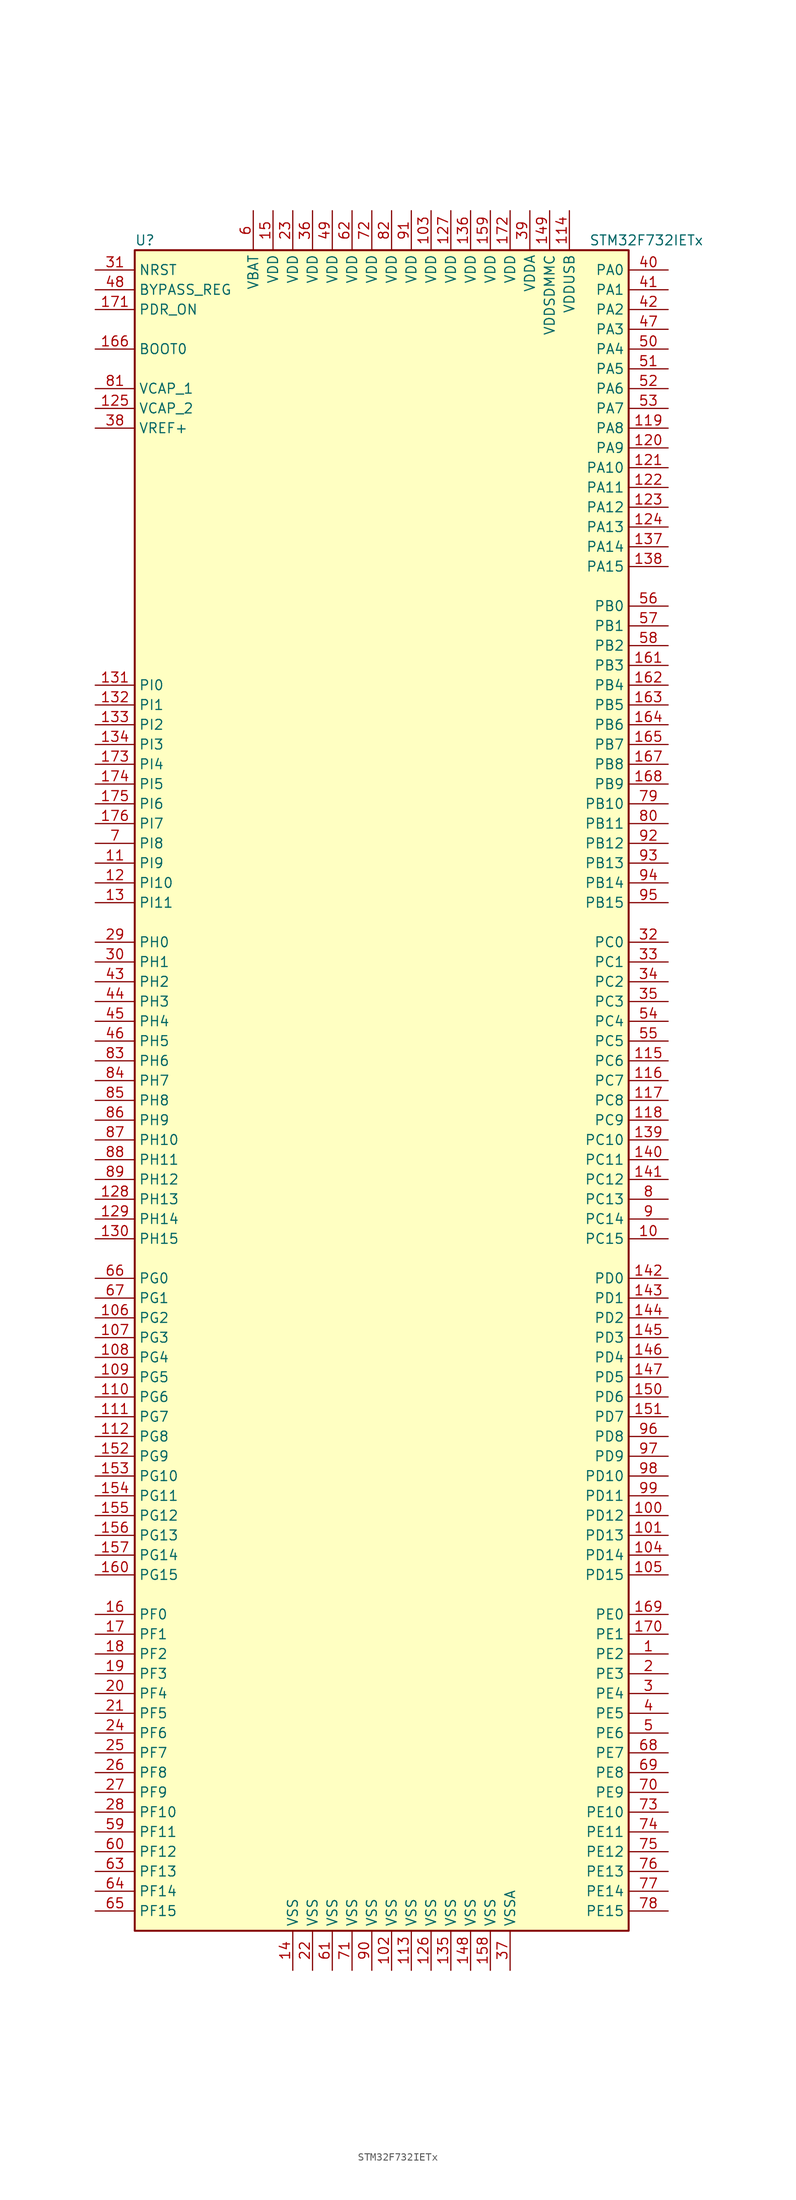
<source format=kicad_sym>
(kicad_symbol_lib
  (version 20211014)
  (generator kicad_symbol_editor)
  (symbol "STM32F732IETx"
    (property "Reference" "U"
      (at -33.02 107.95 0)
      (effects (font (size 1.27 1.27)) (justify left)))
    (property "Value" "STM32F732IETx"
      (at 25.4 107.95 0)
      (effects (font (size 1.27 1.27)) (justify left)))
    (symbol "STM32F732IETx_0_1"
      (rectangle (start -33.02 -109.22) (end 30.48 106.68) (stroke (width 0.254) (type default) (color 0 0 0 0)) (fill (type background))))
    (symbol "STM32F732IETx_1_1"
      (pin bidirectional line (at 35.56 -73.66 180) (length 5.08) (name "PE2" (effects (font (size 1.27 1.27)))) (number "1" (effects (font (size 1.27 1.27)))))
      (pin bidirectional line (at 35.56 -20.32 180) (length 5.08) (name "PC15" (effects (font (size 1.27 1.27)))) (number "10" (effects (font (size 1.27 1.27)))))
      (pin bidirectional line (at 35.56 -55.88 180) (length 5.08) (name "PD12" (effects (font (size 1.27 1.27)))) (number "100" (effects (font (size 1.27 1.27)))))
      (pin bidirectional line (at 35.56 -58.42 180) (length 5.08) (name "PD13" (effects (font (size 1.27 1.27)))) (number "101" (effects (font (size 1.27 1.27)))))
      (pin power_in line (at 0 -114.3 90) (length 5.08) (name "VSS" (effects (font (size 1.27 1.27)))) (number "102" (effects (font (size 1.27 1.27)))))
      (pin power_in line (at 5.08 111.76 270) (length 5.08) (name "VDD" (effects (font (size 1.27 1.27)))) (number "103" (effects (font (size 1.27 1.27)))))
      (pin bidirectional line (at 35.56 -60.96 180) (length 5.08) (name "PD14" (effects (font (size 1.27 1.27)))) (number "104" (effects (font (size 1.27 1.27)))))
      (pin bidirectional line (at 35.56 -63.5 180) (length 5.08) (name "PD15" (effects (font (size 1.27 1.27)))) (number "105" (effects (font (size 1.27 1.27)))))
      (pin bidirectional line (at -38.1 -30.48 0) (length 5.08) (name "PG2" (effects (font (size 1.27 1.27)))) (number "106" (effects (font (size 1.27 1.27)))))
      (pin bidirectional line (at -38.1 -33.02 0) (length 5.08) (name "PG3" (effects (font (size 1.27 1.27)))) (number "107" (effects (font (size 1.27 1.27)))))
      (pin bidirectional line (at -38.1 -35.56 0) (length 5.08) (name "PG4" (effects (font (size 1.27 1.27)))) (number "108" (effects (font (size 1.27 1.27)))))
      (pin bidirectional line (at -38.1 -38.1 0) (length 5.08) (name "PG5" (effects (font (size 1.27 1.27)))) (number "109" (effects (font (size 1.27 1.27)))))
      (pin bidirectional line (at -38.1 27.94 0) (length 5.08) (name "PI9" (effects (font (size 1.27 1.27)))) (number "11" (effects (font (size 1.27 1.27)))))
      (pin bidirectional line (at -38.1 -40.64 0) (length 5.08) (name "PG6" (effects (font (size 1.27 1.27)))) (number "110" (effects (font (size 1.27 1.27)))))
      (pin bidirectional line (at -38.1 -43.18 0) (length 5.08) (name "PG7" (effects (font (size 1.27 1.27)))) (number "111" (effects (font (size 1.27 1.27)))))
      (pin bidirectional line (at -38.1 -45.72 0) (length 5.08) (name "PG8" (effects (font (size 1.27 1.27)))) (number "112" (effects (font (size 1.27 1.27)))))
      (pin power_in line (at 2.54 -114.3 90) (length 5.08) (name "VSS" (effects (font (size 1.27 1.27)))) (number "113" (effects (font (size 1.27 1.27)))))
      (pin power_in line (at 22.86 111.76 270) (length 5.08) (name "VDDUSB" (effects (font (size 1.27 1.27)))) (number "114" (effects (font (size 1.27 1.27)))))
      (pin bidirectional line (at 35.56 2.54 180) (length 5.08) (name "PC6" (effects (font (size 1.27 1.27)))) (number "115" (effects (font (size 1.27 1.27)))))
      (pin bidirectional line (at 35.56 0 180) (length 5.08) (name "PC7" (effects (font (size 1.27 1.27)))) (number "116" (effects (font (size 1.27 1.27)))))
      (pin bidirectional line (at 35.56 -2.54 180) (length 5.08) (name "PC8" (effects (font (size 1.27 1.27)))) (number "117" (effects (font (size 1.27 1.27)))))
      (pin bidirectional line (at 35.56 -5.08 180) (length 5.08) (name "PC9" (effects (font (size 1.27 1.27)))) (number "118" (effects (font (size 1.27 1.27)))))
      (pin bidirectional line (at 35.56 83.82 180) (length 5.08) (name "PA8" (effects (font (size 1.27 1.27)))) (number "119" (effects (font (size 1.27 1.27)))))
      (pin bidirectional line (at -38.1 25.4 0) (length 5.08) (name "PI10" (effects (font (size 1.27 1.27)))) (number "12" (effects (font (size 1.27 1.27)))))
      (pin bidirectional line (at 35.56 81.28 180) (length 5.08) (name "PA9" (effects (font (size 1.27 1.27)))) (number "120" (effects (font (size 1.27 1.27)))))
      (pin bidirectional line (at 35.56 78.74 180) (length 5.08) (name "PA10" (effects (font (size 1.27 1.27)))) (number "121" (effects (font (size 1.27 1.27)))))
      (pin bidirectional line (at 35.56 76.2 180) (length 5.08) (name "PA11" (effects (font (size 1.27 1.27)))) (number "122" (effects (font (size 1.27 1.27)))))
      (pin bidirectional line (at 35.56 73.66 180) (length 5.08) (name "PA12" (effects (font (size 1.27 1.27)))) (number "123" (effects (font (size 1.27 1.27)))))
      (pin bidirectional line (at 35.56 71.12 180) (length 5.08) (name "PA13" (effects (font (size 1.27 1.27)))) (number "124" (effects (font (size 1.27 1.27)))))
      (pin power_in line (at -38.1 86.36 0) (length 5.08) (name "VCAP_2" (effects (font (size 1.27 1.27)))) (number "125" (effects (font (size 1.27 1.27)))))
      (pin power_in line (at 5.08 -114.3 90) (length 5.08) (name "VSS" (effects (font (size 1.27 1.27)))) (number "126" (effects (font (size 1.27 1.27)))))
      (pin power_in line (at 7.62 111.76 270) (length 5.08) (name "VDD" (effects (font (size 1.27 1.27)))) (number "127" (effects (font (size 1.27 1.27)))))
      (pin bidirectional line (at -38.1 -15.24 0) (length 5.08) (name "PH13" (effects (font (size 1.27 1.27)))) (number "128" (effects (font (size 1.27 1.27)))))
      (pin bidirectional line (at -38.1 -17.78 0) (length 5.08) (name "PH14" (effects (font (size 1.27 1.27)))) (number "129" (effects (font (size 1.27 1.27)))))
      (pin bidirectional line (at -38.1 22.86 0) (length 5.08) (name "PI11" (effects (font (size 1.27 1.27)))) (number "13" (effects (font (size 1.27 1.27)))))
      (pin bidirectional line (at -38.1 -20.32 0) (length 5.08) (name "PH15" (effects (font (size 1.27 1.27)))) (number "130" (effects (font (size 1.27 1.27)))))
      (pin bidirectional line (at -38.1 50.8 0) (length 5.08) (name "PI0" (effects (font (size 1.27 1.27)))) (number "131" (effects (font (size 1.27 1.27)))))
      (pin bidirectional line (at -38.1 48.26 0) (length 5.08) (name "PI1" (effects (font (size 1.27 1.27)))) (number "132" (effects (font (size 1.27 1.27)))))
      (pin bidirectional line (at -38.1 45.72 0) (length 5.08) (name "PI2" (effects (font (size 1.27 1.27)))) (number "133" (effects (font (size 1.27 1.27)))))
      (pin bidirectional line (at -38.1 43.18 0) (length 5.08) (name "PI3" (effects (font (size 1.27 1.27)))) (number "134" (effects (font (size 1.27 1.27)))))
      (pin power_in line (at 7.62 -114.3 90) (length 5.08) (name "VSS" (effects (font (size 1.27 1.27)))) (number "135" (effects (font (size 1.27 1.27)))))
      (pin power_in line (at 10.16 111.76 270) (length 5.08) (name "VDD" (effects (font (size 1.27 1.27)))) (number "136" (effects (font (size 1.27 1.27)))))
      (pin bidirectional line (at 35.56 68.58 180) (length 5.08) (name "PA14" (effects (font (size 1.27 1.27)))) (number "137" (effects (font (size 1.27 1.27)))))
      (pin bidirectional line (at 35.56 66.04 180) (length 5.08) (name "PA15" (effects (font (size 1.27 1.27)))) (number "138" (effects (font (size 1.27 1.27)))))
      (pin bidirectional line (at 35.56 -7.62 180) (length 5.08) (name "PC10" (effects (font (size 1.27 1.27)))) (number "139" (effects (font (size 1.27 1.27)))))
      (pin power_in line (at -12.7 -114.3 90) (length 5.08) (name "VSS" (effects (font (size 1.27 1.27)))) (number "14" (effects (font (size 1.27 1.27)))))
      (pin bidirectional line (at 35.56 -10.16 180) (length 5.08) (name "PC11" (effects (font (size 1.27 1.27)))) (number "140" (effects (font (size 1.27 1.27)))))
      (pin bidirectional line (at 35.56 -12.7 180) (length 5.08) (name "PC12" (effects (font (size 1.27 1.27)))) (number "141" (effects (font (size 1.27 1.27)))))
      (pin bidirectional line (at 35.56 -25.4 180) (length 5.08) (name "PD0" (effects (font (size 1.27 1.27)))) (number "142" (effects (font (size 1.27 1.27)))))
      (pin bidirectional line (at 35.56 -27.94 180) (length 5.08) (name "PD1" (effects (font (size 1.27 1.27)))) (number "143" (effects (font (size 1.27 1.27)))))
      (pin bidirectional line (at 35.56 -30.48 180) (length 5.08) (name "PD2" (effects (font (size 1.27 1.27)))) (number "144" (effects (font (size 1.27 1.27)))))
      (pin bidirectional line (at 35.56 -33.02 180) (length 5.08) (name "PD3" (effects (font (size 1.27 1.27)))) (number "145" (effects (font (size 1.27 1.27)))))
      (pin bidirectional line (at 35.56 -35.56 180) (length 5.08) (name "PD4" (effects (font (size 1.27 1.27)))) (number "146" (effects (font (size 1.27 1.27)))))
      (pin bidirectional line (at 35.56 -38.1 180) (length 5.08) (name "PD5" (effects (font (size 1.27 1.27)))) (number "147" (effects (font (size 1.27 1.27)))))
      (pin power_in line (at 10.16 -114.3 90) (length 5.08) (name "VSS" (effects (font (size 1.27 1.27)))) (number "148" (effects (font (size 1.27 1.27)))))
      (pin power_in line (at 20.32 111.76 270) (length 5.08) (name "VDDSDMMC" (effects (font (size 1.27 1.27)))) (number "149" (effects (font (size 1.27 1.27)))))
      (pin power_in line (at -15.24 111.76 270) (length 5.08) (name "VDD" (effects (font (size 1.27 1.27)))) (number "15" (effects (font (size 1.27 1.27)))))
      (pin bidirectional line (at 35.56 -40.64 180) (length 5.08) (name "PD6" (effects (font (size 1.27 1.27)))) (number "150" (effects (font (size 1.27 1.27)))))
      (pin bidirectional line (at 35.56 -43.18 180) (length 5.08) (name "PD7" (effects (font (size 1.27 1.27)))) (number "151" (effects (font (size 1.27 1.27)))))
      (pin bidirectional line (at -38.1 -48.26 0) (length 5.08) (name "PG9" (effects (font (size 1.27 1.27)))) (number "152" (effects (font (size 1.27 1.27)))))
      (pin bidirectional line (at -38.1 -50.8 0) (length 5.08) (name "PG10" (effects (font (size 1.27 1.27)))) (number "153" (effects (font (size 1.27 1.27)))))
      (pin bidirectional line (at -38.1 -53.34 0) (length 5.08) (name "PG11" (effects (font (size 1.27 1.27)))) (number "154" (effects (font (size 1.27 1.27)))))
      (pin bidirectional line (at -38.1 -55.88 0) (length 5.08) (name "PG12" (effects (font (size 1.27 1.27)))) (number "155" (effects (font (size 1.27 1.27)))))
      (pin bidirectional line (at -38.1 -58.42 0) (length 5.08) (name "PG13" (effects (font (size 1.27 1.27)))) (number "156" (effects (font (size 1.27 1.27)))))
      (pin bidirectional line (at -38.1 -60.96 0) (length 5.08) (name "PG14" (effects (font (size 1.27 1.27)))) (number "157" (effects (font (size 1.27 1.27)))))
      (pin power_in line (at 12.7 -114.3 90) (length 5.08) (name "VSS" (effects (font (size 1.27 1.27)))) (number "158" (effects (font (size 1.27 1.27)))))
      (pin power_in line (at 12.7 111.76 270) (length 5.08) (name "VDD" (effects (font (size 1.27 1.27)))) (number "159" (effects (font (size 1.27 1.27)))))
      (pin bidirectional line (at -38.1 -68.58 0) (length 5.08) (name "PF0" (effects (font (size 1.27 1.27)))) (number "16" (effects (font (size 1.27 1.27)))))
      (pin bidirectional line (at -38.1 -63.5 0) (length 5.08) (name "PG15" (effects (font (size 1.27 1.27)))) (number "160" (effects (font (size 1.27 1.27)))))
      (pin bidirectional line (at 35.56 53.34 180) (length 5.08) (name "PB3" (effects (font (size 1.27 1.27)))) (number "161" (effects (font (size 1.27 1.27)))))
      (pin bidirectional line (at 35.56 50.8 180) (length 5.08) (name "PB4" (effects (font (size 1.27 1.27)))) (number "162" (effects (font (size 1.27 1.27)))))
      (pin bidirectional line (at 35.56 48.26 180) (length 5.08) (name "PB5" (effects (font (size 1.27 1.27)))) (number "163" (effects (font (size 1.27 1.27)))))
      (pin bidirectional line (at 35.56 45.72 180) (length 5.08) (name "PB6" (effects (font (size 1.27 1.27)))) (number "164" (effects (font (size 1.27 1.27)))))
      (pin bidirectional line (at 35.56 43.18 180) (length 5.08) (name "PB7" (effects (font (size 1.27 1.27)))) (number "165" (effects (font (size 1.27 1.27)))))
      (pin input line (at -38.1 93.98 0) (length 5.08) (name "BOOT0" (effects (font (size 1.27 1.27)))) (number "166" (effects (font (size 1.27 1.27)))))
      (pin bidirectional line (at 35.56 40.64 180) (length 5.08) (name "PB8" (effects (font (size 1.27 1.27)))) (number "167" (effects (font (size 1.27 1.27)))))
      (pin bidirectional line (at 35.56 38.1 180) (length 5.08) (name "PB9" (effects (font (size 1.27 1.27)))) (number "168" (effects (font (size 1.27 1.27)))))
      (pin bidirectional line (at 35.56 -68.58 180) (length 5.08) (name "PE0" (effects (font (size 1.27 1.27)))) (number "169" (effects (font (size 1.27 1.27)))))
      (pin bidirectional line (at -38.1 -71.12 0) (length 5.08) (name "PF1" (effects (font (size 1.27 1.27)))) (number "17" (effects (font (size 1.27 1.27)))))
      (pin bidirectional line (at 35.56 -71.12 180) (length 5.08) (name "PE1" (effects (font (size 1.27 1.27)))) (number "170" (effects (font (size 1.27 1.27)))))
      (pin input line (at -38.1 99.06 0) (length 5.08) (name "PDR_ON" (effects (font (size 1.27 1.27)))) (number "171" (effects (font (size 1.27 1.27)))))
      (pin power_in line (at 15.24 111.76 270) (length 5.08) (name "VDD" (effects (font (size 1.27 1.27)))) (number "172" (effects (font (size 1.27 1.27)))))
      (pin bidirectional line (at -38.1 40.64 0) (length 5.08) (name "PI4" (effects (font (size 1.27 1.27)))) (number "173" (effects (font (size 1.27 1.27)))))
      (pin bidirectional line (at -38.1 38.1 0) (length 5.08) (name "PI5" (effects (font (size 1.27 1.27)))) (number "174" (effects (font (size 1.27 1.27)))))
      (pin bidirectional line (at -38.1 35.56 0) (length 5.08) (name "PI6" (effects (font (size 1.27 1.27)))) (number "175" (effects (font (size 1.27 1.27)))))
      (pin bidirectional line (at -38.1 33.02 0) (length 5.08) (name "PI7" (effects (font (size 1.27 1.27)))) (number "176" (effects (font (size 1.27 1.27)))))
      (pin bidirectional line (at -38.1 -73.66 0) (length 5.08) (name "PF2" (effects (font (size 1.27 1.27)))) (number "18" (effects (font (size 1.27 1.27)))))
      (pin bidirectional line (at -38.1 -76.2 0) (length 5.08) (name "PF3" (effects (font (size 1.27 1.27)))) (number "19" (effects (font (size 1.27 1.27)))))
      (pin bidirectional line (at 35.56 -76.2 180) (length 5.08) (name "PE3" (effects (font (size 1.27 1.27)))) (number "2" (effects (font (size 1.27 1.27)))))
      (pin bidirectional line (at -38.1 -78.74 0) (length 5.08) (name "PF4" (effects (font (size 1.27 1.27)))) (number "20" (effects (font (size 1.27 1.27)))))
      (pin bidirectional line (at -38.1 -81.28 0) (length 5.08) (name "PF5" (effects (font (size 1.27 1.27)))) (number "21" (effects (font (size 1.27 1.27)))))
      (pin power_in line (at -10.16 -114.3 90) (length 5.08) (name "VSS" (effects (font (size 1.27 1.27)))) (number "22" (effects (font (size 1.27 1.27)))))
      (pin power_in line (at -12.7 111.76 270) (length 5.08) (name "VDD" (effects (font (size 1.27 1.27)))) (number "23" (effects (font (size 1.27 1.27)))))
      (pin bidirectional line (at -38.1 -83.82 0) (length 5.08) (name "PF6" (effects (font (size 1.27 1.27)))) (number "24" (effects (font (size 1.27 1.27)))))
      (pin bidirectional line (at -38.1 -86.36 0) (length 5.08) (name "PF7" (effects (font (size 1.27 1.27)))) (number "25" (effects (font (size 1.27 1.27)))))
      (pin bidirectional line (at -38.1 -88.9 0) (length 5.08) (name "PF8" (effects (font (size 1.27 1.27)))) (number "26" (effects (font (size 1.27 1.27)))))
      (pin bidirectional line (at -38.1 -91.44 0) (length 5.08) (name "PF9" (effects (font (size 1.27 1.27)))) (number "27" (effects (font (size 1.27 1.27)))))
      (pin bidirectional line (at -38.1 -93.98 0) (length 5.08) (name "PF10" (effects (font (size 1.27 1.27)))) (number "28" (effects (font (size 1.27 1.27)))))
      (pin input line (at -38.1 17.78 0) (length 5.08) (name "PH0" (effects (font (size 1.27 1.27)))) (number "29" (effects (font (size 1.27 1.27)))))
      (pin bidirectional line (at 35.56 -78.74 180) (length 5.08) (name "PE4" (effects (font (size 1.27 1.27)))) (number "3" (effects (font (size 1.27 1.27)))))
      (pin input line (at -38.1 15.24 0) (length 5.08) (name "PH1" (effects (font (size 1.27 1.27)))) (number "30" (effects (font (size 1.27 1.27)))))
      (pin input line (at -38.1 104.14 0) (length 5.08) (name "NRST" (effects (font (size 1.27 1.27)))) (number "31" (effects (font (size 1.27 1.27)))))
      (pin bidirectional line (at 35.56 17.78 180) (length 5.08) (name "PC0" (effects (font (size 1.27 1.27)))) (number "32" (effects (font (size 1.27 1.27)))))
      (pin bidirectional line (at 35.56 15.24 180) (length 5.08) (name "PC1" (effects (font (size 1.27 1.27)))) (number "33" (effects (font (size 1.27 1.27)))))
      (pin bidirectional line (at 35.56 12.7 180) (length 5.08) (name "PC2" (effects (font (size 1.27 1.27)))) (number "34" (effects (font (size 1.27 1.27)))))
      (pin bidirectional line (at 35.56 10.16 180) (length 5.08) (name "PC3" (effects (font (size 1.27 1.27)))) (number "35" (effects (font (size 1.27 1.27)))))
      (pin power_in line (at -10.16 111.76 270) (length 5.08) (name "VDD" (effects (font (size 1.27 1.27)))) (number "36" (effects (font (size 1.27 1.27)))))
      (pin power_in line (at 15.24 -114.3 90) (length 5.08) (name "VSSA" (effects (font (size 1.27 1.27)))) (number "37" (effects (font (size 1.27 1.27)))))
      (pin power_in line (at -38.1 83.82 0) (length 5.08) (name "VREF+" (effects (font (size 1.27 1.27)))) (number "38" (effects (font (size 1.27 1.27)))))
      (pin power_in line (at 17.78 111.76 270) (length 5.08) (name "VDDA" (effects (font (size 1.27 1.27)))) (number "39" (effects (font (size 1.27 1.27)))))
      (pin bidirectional line (at 35.56 -81.28 180) (length 5.08) (name "PE5" (effects (font (size 1.27 1.27)))) (number "4" (effects (font (size 1.27 1.27)))))
      (pin bidirectional line (at 35.56 104.14 180) (length 5.08) (name "PA0" (effects (font (size 1.27 1.27)))) (number "40" (effects (font (size 1.27 1.27)))))
      (pin bidirectional line (at 35.56 101.6 180) (length 5.08) (name "PA1" (effects (font (size 1.27 1.27)))) (number "41" (effects (font (size 1.27 1.27)))))
      (pin bidirectional line (at 35.56 99.06 180) (length 5.08) (name "PA2" (effects (font (size 1.27 1.27)))) (number "42" (effects (font (size 1.27 1.27)))))
      (pin bidirectional line (at -38.1 12.7 0) (length 5.08) (name "PH2" (effects (font (size 1.27 1.27)))) (number "43" (effects (font (size 1.27 1.27)))))
      (pin bidirectional line (at -38.1 10.16 0) (length 5.08) (name "PH3" (effects (font (size 1.27 1.27)))) (number "44" (effects (font (size 1.27 1.27)))))
      (pin bidirectional line (at -38.1 7.62 0) (length 5.08) (name "PH4" (effects (font (size 1.27 1.27)))) (number "45" (effects (font (size 1.27 1.27)))))
      (pin bidirectional line (at -38.1 5.08 0) (length 5.08) (name "PH5" (effects (font (size 1.27 1.27)))) (number "46" (effects (font (size 1.27 1.27)))))
      (pin bidirectional line (at 35.56 96.52 180) (length 5.08) (name "PA3" (effects (font (size 1.27 1.27)))) (number "47" (effects (font (size 1.27 1.27)))))
      (pin input line (at -38.1 101.6 0) (length 5.08) (name "BYPASS_REG" (effects (font (size 1.27 1.27)))) (number "48" (effects (font (size 1.27 1.27)))))
      (pin power_in line (at -7.62 111.76 270) (length 5.08) (name "VDD" (effects (font (size 1.27 1.27)))) (number "49" (effects (font (size 1.27 1.27)))))
      (pin bidirectional line (at 35.56 -83.82 180) (length 5.08) (name "PE6" (effects (font (size 1.27 1.27)))) (number "5" (effects (font (size 1.27 1.27)))))
      (pin bidirectional line (at 35.56 93.98 180) (length 5.08) (name "PA4" (effects (font (size 1.27 1.27)))) (number "50" (effects (font (size 1.27 1.27)))))
      (pin bidirectional line (at 35.56 91.44 180) (length 5.08) (name "PA5" (effects (font (size 1.27 1.27)))) (number "51" (effects (font (size 1.27 1.27)))))
      (pin bidirectional line (at 35.56 88.9 180) (length 5.08) (name "PA6" (effects (font (size 1.27 1.27)))) (number "52" (effects (font (size 1.27 1.27)))))
      (pin bidirectional line (at 35.56 86.36 180) (length 5.08) (name "PA7" (effects (font (size 1.27 1.27)))) (number "53" (effects (font (size 1.27 1.27)))))
      (pin bidirectional line (at 35.56 7.62 180) (length 5.08) (name "PC4" (effects (font (size 1.27 1.27)))) (number "54" (effects (font (size 1.27 1.27)))))
      (pin bidirectional line (at 35.56 5.08 180) (length 5.08) (name "PC5" (effects (font (size 1.27 1.27)))) (number "55" (effects (font (size 1.27 1.27)))))
      (pin bidirectional line (at 35.56 60.96 180) (length 5.08) (name "PB0" (effects (font (size 1.27 1.27)))) (number "56" (effects (font (size 1.27 1.27)))))
      (pin bidirectional line (at 35.56 58.42 180) (length 5.08) (name "PB1" (effects (font (size 1.27 1.27)))) (number "57" (effects (font (size 1.27 1.27)))))
      (pin bidirectional line (at 35.56 55.88 180) (length 5.08) (name "PB2" (effects (font (size 1.27 1.27)))) (number "58" (effects (font (size 1.27 1.27)))))
      (pin bidirectional line (at -38.1 -96.52 0) (length 5.08) (name "PF11" (effects (font (size 1.27 1.27)))) (number "59" (effects (font (size 1.27 1.27)))))
      (pin power_in line (at -17.78 111.76 270) (length 5.08) (name "VBAT" (effects (font (size 1.27 1.27)))) (number "6" (effects (font (size 1.27 1.27)))))
      (pin bidirectional line (at -38.1 -99.06 0) (length 5.08) (name "PF12" (effects (font (size 1.27 1.27)))) (number "60" (effects (font (size 1.27 1.27)))))
      (pin power_in line (at -7.62 -114.3 90) (length 5.08) (name "VSS" (effects (font (size 1.27 1.27)))) (number "61" (effects (font (size 1.27 1.27)))))
      (pin power_in line (at -5.08 111.76 270) (length 5.08) (name "VDD" (effects (font (size 1.27 1.27)))) (number "62" (effects (font (size 1.27 1.27)))))
      (pin bidirectional line (at -38.1 -101.6 0) (length 5.08) (name "PF13" (effects (font (size 1.27 1.27)))) (number "63" (effects (font (size 1.27 1.27)))))
      (pin bidirectional line (at -38.1 -104.14 0) (length 5.08) (name "PF14" (effects (font (size 1.27 1.27)))) (number "64" (effects (font (size 1.27 1.27)))))
      (pin bidirectional line (at -38.1 -106.68 0) (length 5.08) (name "PF15" (effects (font (size 1.27 1.27)))) (number "65" (effects (font (size 1.27 1.27)))))
      (pin bidirectional line (at -38.1 -25.4 0) (length 5.08) (name "PG0" (effects (font (size 1.27 1.27)))) (number "66" (effects (font (size 1.27 1.27)))))
      (pin bidirectional line (at -38.1 -27.94 0) (length 5.08) (name "PG1" (effects (font (size 1.27 1.27)))) (number "67" (effects (font (size 1.27 1.27)))))
      (pin bidirectional line (at 35.56 -86.36 180) (length 5.08) (name "PE7" (effects (font (size 1.27 1.27)))) (number "68" (effects (font (size 1.27 1.27)))))
      (pin bidirectional line (at 35.56 -88.9 180) (length 5.08) (name "PE8" (effects (font (size 1.27 1.27)))) (number "69" (effects (font (size 1.27 1.27)))))
      (pin bidirectional line (at -38.1 30.48 0) (length 5.08) (name "PI8" (effects (font (size 1.27 1.27)))) (number "7" (effects (font (size 1.27 1.27)))))
      (pin bidirectional line (at 35.56 -91.44 180) (length 5.08) (name "PE9" (effects (font (size 1.27 1.27)))) (number "70" (effects (font (size 1.27 1.27)))))
      (pin power_in line (at -5.08 -114.3 90) (length 5.08) (name "VSS" (effects (font (size 1.27 1.27)))) (number "71" (effects (font (size 1.27 1.27)))))
      (pin power_in line (at -2.54 111.76 270) (length 5.08) (name "VDD" (effects (font (size 1.27 1.27)))) (number "72" (effects (font (size 1.27 1.27)))))
      (pin bidirectional line (at 35.56 -93.98 180) (length 5.08) (name "PE10" (effects (font (size 1.27 1.27)))) (number "73" (effects (font (size 1.27 1.27)))))
      (pin bidirectional line (at 35.56 -96.52 180) (length 5.08) (name "PE11" (effects (font (size 1.27 1.27)))) (number "74" (effects (font (size 1.27 1.27)))))
      (pin bidirectional line (at 35.56 -99.06 180) (length 5.08) (name "PE12" (effects (font (size 1.27 1.27)))) (number "75" (effects (font (size 1.27 1.27)))))
      (pin bidirectional line (at 35.56 -101.6 180) (length 5.08) (name "PE13" (effects (font (size 1.27 1.27)))) (number "76" (effects (font (size 1.27 1.27)))))
      (pin bidirectional line (at 35.56 -104.14 180) (length 5.08) (name "PE14" (effects (font (size 1.27 1.27)))) (number "77" (effects (font (size 1.27 1.27)))))
      (pin bidirectional line (at 35.56 -106.68 180) (length 5.08) (name "PE15" (effects (font (size 1.27 1.27)))) (number "78" (effects (font (size 1.27 1.27)))))
      (pin bidirectional line (at 35.56 35.56 180) (length 5.08) (name "PB10" (effects (font (size 1.27 1.27)))) (number "79" (effects (font (size 1.27 1.27)))))
      (pin bidirectional line (at 35.56 -15.24 180) (length 5.08) (name "PC13" (effects (font (size 1.27 1.27)))) (number "8" (effects (font (size 1.27 1.27)))))
      (pin bidirectional line (at 35.56 33.02 180) (length 5.08) (name "PB11" (effects (font (size 1.27 1.27)))) (number "80" (effects (font (size 1.27 1.27)))))
      (pin power_in line (at -38.1 88.9 0) (length 5.08) (name "VCAP_1" (effects (font (size 1.27 1.27)))) (number "81" (effects (font (size 1.27 1.27)))))
      (pin power_in line (at 0 111.76 270) (length 5.08) (name "VDD" (effects (font (size 1.27 1.27)))) (number "82" (effects (font (size 1.27 1.27)))))
      (pin bidirectional line (at -38.1 2.54 0) (length 5.08) (name "PH6" (effects (font (size 1.27 1.27)))) (number "83" (effects (font (size 1.27 1.27)))))
      (pin bidirectional line (at -38.1 0 0) (length 5.08) (name "PH7" (effects (font (size 1.27 1.27)))) (number "84" (effects (font (size 1.27 1.27)))))
      (pin bidirectional line (at -38.1 -2.54 0) (length 5.08) (name "PH8" (effects (font (size 1.27 1.27)))) (number "85" (effects (font (size 1.27 1.27)))))
      (pin bidirectional line (at -38.1 -5.08 0) (length 5.08) (name "PH9" (effects (font (size 1.27 1.27)))) (number "86" (effects (font (size 1.27 1.27)))))
      (pin bidirectional line (at -38.1 -7.62 0) (length 5.08) (name "PH10" (effects (font (size 1.27 1.27)))) (number "87" (effects (font (size 1.27 1.27)))))
      (pin bidirectional line (at -38.1 -10.16 0) (length 5.08) (name "PH11" (effects (font (size 1.27 1.27)))) (number "88" (effects (font (size 1.27 1.27)))))
      (pin bidirectional line (at -38.1 -12.7 0) (length 5.08) (name "PH12" (effects (font (size 1.27 1.27)))) (number "89" (effects (font (size 1.27 1.27)))))
      (pin bidirectional line (at 35.56 -17.78 180) (length 5.08) (name "PC14" (effects (font (size 1.27 1.27)))) (number "9" (effects (font (size 1.27 1.27)))))
      (pin power_in line (at -2.54 -114.3 90) (length 5.08) (name "VSS" (effects (font (size 1.27 1.27)))) (number "90" (effects (font (size 1.27 1.27)))))
      (pin power_in line (at 2.54 111.76 270) (length 5.08) (name "VDD" (effects (font (size 1.27 1.27)))) (number "91" (effects (font (size 1.27 1.27)))))
      (pin bidirectional line (at 35.56 30.48 180) (length 5.08) (name "PB12" (effects (font (size 1.27 1.27)))) (number "92" (effects (font (size 1.27 1.27)))))
      (pin bidirectional line (at 35.56 27.94 180) (length 5.08) (name "PB13" (effects (font (size 1.27 1.27)))) (number "93" (effects (font (size 1.27 1.27)))))
      (pin bidirectional line (at 35.56 25.4 180) (length 5.08) (name "PB14" (effects (font (size 1.27 1.27)))) (number "94" (effects (font (size 1.27 1.27)))))
      (pin bidirectional line (at 35.56 22.86 180) (length 5.08) (name "PB15" (effects (font (size 1.27 1.27)))) (number "95" (effects (font (size 1.27 1.27)))))
      (pin bidirectional line (at 35.56 -45.72 180) (length 5.08) (name "PD8" (effects (font (size 1.27 1.27)))) (number "96" (effects (font (size 1.27 1.27)))))
      (pin bidirectional line (at 35.56 -48.26 180) (length 5.08) (name "PD9" (effects (font (size 1.27 1.27)))) (number "97" (effects (font (size 1.27 1.27)))))
      (pin bidirectional line (at 35.56 -50.8 180) (length 5.08) (name "PD10" (effects (font (size 1.27 1.27)))) (number "98" (effects (font (size 1.27 1.27)))))
      (pin bidirectional line (at 35.56 -53.34 180) (length 5.08) (name "PD11" (effects (font (size 1.27 1.27)))) (number "99" (effects (font (size 1.27 1.27))))))))
</source>
